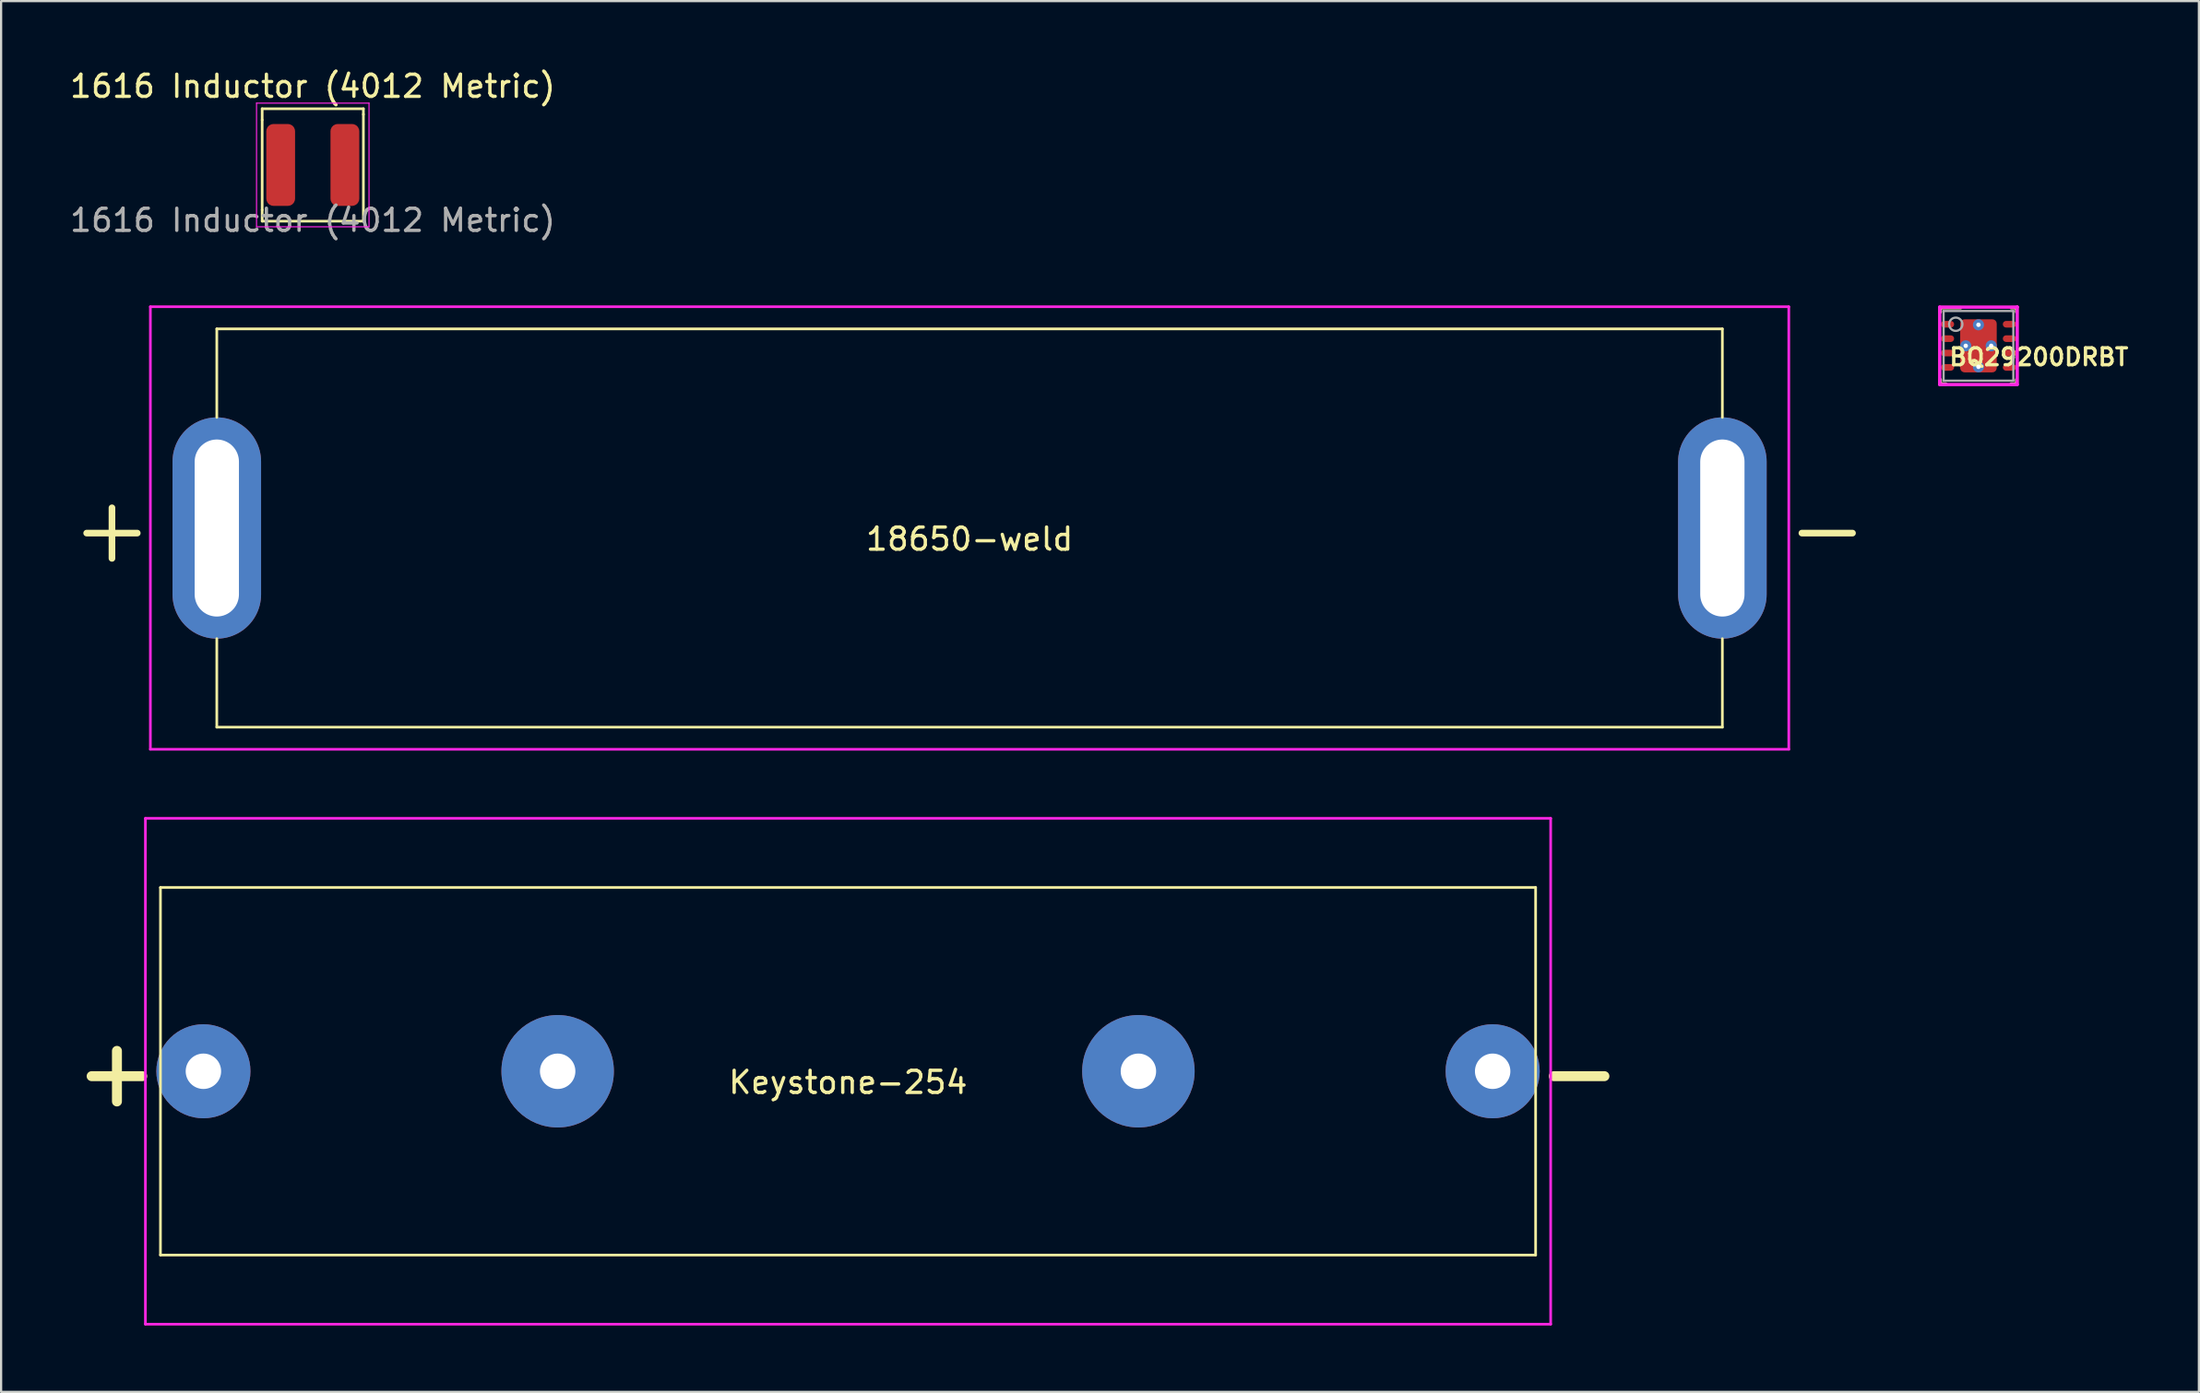
<source format=kicad_pcb>
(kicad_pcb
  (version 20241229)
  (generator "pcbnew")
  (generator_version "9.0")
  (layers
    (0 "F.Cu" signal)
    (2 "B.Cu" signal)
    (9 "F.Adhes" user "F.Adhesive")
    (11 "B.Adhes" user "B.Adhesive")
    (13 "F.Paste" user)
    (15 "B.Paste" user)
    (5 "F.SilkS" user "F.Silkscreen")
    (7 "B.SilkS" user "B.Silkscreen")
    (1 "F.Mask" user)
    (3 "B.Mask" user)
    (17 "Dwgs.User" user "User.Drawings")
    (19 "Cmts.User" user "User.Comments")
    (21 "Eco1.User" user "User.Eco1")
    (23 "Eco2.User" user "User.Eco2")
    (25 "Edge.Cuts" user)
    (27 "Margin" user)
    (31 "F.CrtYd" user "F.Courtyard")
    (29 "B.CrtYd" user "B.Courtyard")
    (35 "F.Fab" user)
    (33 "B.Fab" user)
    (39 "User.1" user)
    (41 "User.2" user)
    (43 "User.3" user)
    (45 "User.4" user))
  (footprint "Keystone-254"
    (layer "F.Cu")
    (at 35.252 45.362)
    (property "Reference" "Keystone-254" (at 0 0.5 0) (layer "F.SilkS") (effects (font (size 1 1) (thickness 0.15))))
    (attr through_hole)
    (fp_line (start -31.055 -8.305) (end -31.055 8.305) (stroke (width 0.12) (type solid)) (layer "F.SilkS"))
    (fp_line (start -31.055 -8.305) (end 31.055 -8.305) (stroke (width 0.12) (type solid)) (layer "F.SilkS"))
    (fp_line (start 31.055 -8.305) (end 31.055 8.305) (stroke (width 0.12) (type solid)) (layer "F.SilkS"))
    (fp_line (start 31.055 8.305) (end -31.055 8.305) (stroke (width 0.12) (type solid)) (layer "F.SilkS"))
    (fp_line (start -31.735 -11.43) (end -31.735 11.43) (stroke (width 0.12) (type solid)) (layer "F.CrtYd"))
    (fp_line (start -31.735 11.43) (end 31.735 11.43) (stroke (width 0.12) (type solid)) (layer "F.CrtYd"))
    (fp_line (start 31.735 -11.43) (end -31.735 -11.43) (stroke (width 0.12) (type solid)) (layer "F.CrtYd"))
    (fp_line (start 31.735 -11.43) (end 31.735 11.43) (stroke (width 0.12) (type solid)) (layer "F.CrtYd"))
    (fp_text user "-" (at 33.02 0 0) (layer "F.SilkS") (effects (font (size 3 3) (thickness 0.45))))
    (fp_text user "+" (at -33.02 0 0) (layer "F.SilkS") (effects (font (size 3 3) (thickness 0.45))))
    (pad "1" thru_hole circle (at -29.115 0) (size 4.25 4.25) (drill 1.6) (layers "*.Cu" "*.Mask"))
    (pad "1" thru_hole circle (at -13.115 0) (size 5.08 5.08) (drill 1.6) (layers "*.Cu" "*.Mask"))
    (pad "2" thru_hole circle (at 13.115 0) (size 5.08 5.08) (drill 1.6) (layers "*.Cu" "*.Mask"))
    (pad "2" thru_hole circle (at 29.115 0) (size 4.25 4.25) (drill 1.6) (layers "*.Cu" "*.Mask")))
  (footprint "BQ29200DRBT"
    (layer "F.Cu")
    (at 86.309 12.578)
    (property "Reference" "BQ29200DRBT" (at -1.397 0.508 0) (layer "F.SilkS") (effects (font (size 0.762 0.762) (thickness 0.15)) (justify left)))
    (attr through_hole)
    (fp_line (start -1.725 1.725) (end -1.725 1.525) (stroke (width 0.15) (type solid)) (layer "F.SilkS"))
    (fp_line (start -1.725 -1.725) (end -0.8 -1.725) (stroke (width 0.15) (type solid)) (layer "F.SilkS"))
    (fp_line (start -1.725 -1.525) (end -1.725 -1.725) (stroke (width 0.15) (type solid)) (layer "F.SilkS"))
    (fp_line (start -1.725 1.725) (end -1.475 1.725) (stroke (width 0.15) (type solid)) (layer "F.SilkS"))
    (fp_line (start 1.475 -1.725) (end 1.725 -1.725) (stroke (width 0.15) (type solid)) (layer "F.SilkS"))
    (fp_line (start 1.475 1.725) (end 1.725 1.725) (stroke (width 0.15) (type solid)) (layer "F.SilkS"))
    (fp_line (start 1.725 -1.525) (end 1.725 -1.725) (stroke (width 0.15) (type solid)) (layer "F.SilkS"))
    (fp_line (start 1.725 1.725) (end 1.725 1.525) (stroke (width 0.15) (type solid)) (layer "F.SilkS"))
    (fp_poly (pts (xy -0.751 -1.143) (xy 0.752 -1.143) (xy 0.752 -0.1) (xy -0.751 -0.1)) (stroke (width 0) (type solid)) (fill yes) (layer "F.Paste"))
    (fp_poly (pts (xy -0.751 0.1) (xy 0.752 0.1) (xy 0.752 1.143) (xy -0.751 1.143)) (stroke (width 0) (type solid)) (fill yes) (layer "F.Paste"))
    (fp_poly (pts (xy 0.225 0.501) (xy 0.225 -0.501) (xy 0.225 -0.509) (xy 0.224 -0.516) (xy 0.222 -0.524) (xy 0.22 -0.532) (xy 0.217 -0.539) (xy 0.214 -0.546) (xy 0.21 -0.553) (xy 0.206 -0.559) (xy 0.201 -0.565) (xy 0.196 -0.571) (xy 0.19 -0.576) (xy 0.184 -0.581) (xy 0.178 -0.585) (xy 0.171 -0.589) (xy 0.164 -0.592) (xy 0.157 -0.595) (xy 0.149 -0.597) (xy 0.141 -0.599) (xy 0.134 -0.6) (xy 0.126 -0.6) (xy -0.126 -0.6) (xy -0.134 -0.6) (xy -0.141 -0.599) (xy -0.149 -0.597) (xy -0.157 -0.595) (xy -0.164 -0.592) (xy -0.171 -0.589) (xy -0.178 -0.585) (xy -0.184 -0.581) (xy -0.19 -0.576) (xy -0.196 -0.571) (xy -0.201 -0.565) (xy -0.206 -0.559) (xy -0.21 -0.553) (xy -0.214 -0.546) (xy -0.217 -0.539) (xy -0.22 -0.532) (xy -0.222 -0.524) (xy -0.224 -0.516) (xy -0.225 -0.509) (xy -0.225 -0.501) (xy -0.225 0.501) (xy -0.225 0.509) (xy -0.224 0.516) (xy -0.222 0.524) (xy -0.22 0.532) (xy -0.217 0.539) (xy -0.214 0.546) (xy -0.21 0.553) (xy -0.206 0.559) (xy -0.201 0.565) (xy -0.196 0.571) (xy -0.19 0.576) (xy -0.184 0.581) (xy -0.178 0.585) (xy -0.171 0.589) (xy -0.164 0.592) (xy -0.157 0.595) (xy -0.149 0.597) (xy -0.141 0.599) (xy -0.134 0.6) (xy -0.126 0.6) (xy 0.126 0.6) (xy 0.134 0.6) (xy 0.141 0.599) (xy 0.149 0.597) (xy 0.157 0.595) (xy 0.164 0.593) (xy 0.171 0.589) (xy 0.178 0.586) (xy 0.184 0.581) (xy 0.19 0.576) (xy 0.196 0.571) (xy 0.201 0.566) (xy 0.206 0.559) (xy 0.21 0.553) (xy 0.214 0.546) (xy 0.217 0.539) (xy 0.22 0.532) (xy 0.222 0.525) (xy 0.224 0.517) (xy 0.225 0.509) (xy 0.225 0.501)) (stroke (width 0) (type solid)) (fill yes) (layer "F.Paste"))
    (fp_line (start -1.75 -1.75) (end -1.75 1.75) (stroke (width 0.15) (type solid)) (layer "F.CrtYd"))
    (fp_line (start -1.75 1.75) (end 1.75 1.75) (stroke (width 0.15) (type solid)) (layer "F.CrtYd"))
    (fp_line (start 1.75 -1.75) (end -1.75 -1.75) (stroke (width 0.15) (type solid)) (layer "F.CrtYd"))
    (fp_line (start 1.75 -1.75) (end 1.75 -1.75) (stroke (width 0.15) (type solid)) (layer "F.CrtYd"))
    (fp_line (start 1.75 1.75) (end 1.75 -1.75) (stroke (width 0.15) (type solid)) (layer "F.CrtYd"))
    (fp_line (start -1.575 -1.575) (end 1.575 -1.575) (stroke (width 0.1) (type solid)) (layer "F.Fab"))
    (fp_line (start -1.575 1.575) (end -1.575 -1.575) (stroke (width 0.1) (type solid)) (layer "F.Fab"))
    (fp_line (start -1.575 1.575) (end 1.575 1.575) (stroke (width 0.1) (type solid)) (layer "F.Fab"))
    (fp_line (start 1.575 1.575) (end 1.575 -1.575) (stroke (width 0.1) (type solid)) (layer "F.Fab"))
    (fp_circle (center -1.025 -0.975) (end -0.725 -0.975) (stroke (width 0.1) (type solid)) (fill no) (layer "F.Fab"))
    (pad "1" smd roundrect (at -1.4 -0.975 270) (size 0.3 0.6) (layers "F.Cu" "F.Mask" "F.Paste") (roundrect_rratio 0.5))
    (pad "2" smd roundrect (at -1.4 -0.325 270) (size 0.3 0.6) (layers "F.Cu" "F.Mask" "F.Paste") (roundrect_rratio 0.5))
    (pad "3" smd roundrect (at -1.4 0.325 270) (size 0.3 0.6) (layers "F.Cu" "F.Mask" "F.Paste") (roundrect_rratio 0.5))
    (pad "4" smd roundrect (at -1.4 0.975 270) (size 0.3 0.6) (layers "F.Cu" "F.Mask" "F.Paste") (roundrect_rratio 0.5))
    (pad "5" smd roundrect (at 1.4 0.975 270) (size 0.3 0.6) (layers "F.Cu" "F.Mask" "F.Paste") (roundrect_rratio 0.5))
    (pad "6" smd roundrect (at 1.4 0.325 270) (size 0.3 0.6) (layers "F.Cu" "F.Mask" "F.Paste") (roundrect_rratio 0.5))
    (pad "7" smd roundrect (at 1.4 -0.325 270) (size 0.3 0.6) (layers "F.Cu" "F.Mask" "F.Paste") (roundrect_rratio 0.5))
    (pad "8" smd roundrect (at 1.4 -0.975 270) (size 0.3 0.6) (layers "F.Cu" "F.Mask" "F.Paste") (roundrect_rratio 0.5))
    (pad "9" smd roundrect (at 0.000006 0) (size 1.65 2.4) (layers "F.Cu" "F.Mask") (roundrect_rratio 0.12))
    (pad "~" thru_hole circle (at -0.575 0) (size 0.5 0.5) (drill 0.2) (layers "*.Cu"))
    (pad "~" thru_hole circle (at 0.000003 -0.95) (size 0.5 0.5) (drill 0.2) (layers "*.Cu"))
    (pad "~" thru_hole circle (at 0.000003 0.95) (size 0.5 0.5) (drill 0.2) (layers "*.Cu"))
    (pad "~" thru_hole circle (at 0.575 0) (size 0.5 0.5) (drill 0.2) (layers "*.Cu")))
  (footprint "1616 Inductor (4012 Metric)"
    (layer "F.Cu")
    (at 11.077 4.404)
    (property "Reference" "1616 Inductor (4012 Metric)" (at 0 -3.556 0) (unlocked yes) (layer "F.SilkS") (effects (font (size 1 1) (thickness 0.15))))
    (attr smd)
    (fp_line (start -2.286 -2.54) (end -2.286 -2.032) (stroke (width 0.12) (type solid)) (layer "F.SilkS"))
    (fp_line (start -2.286 -2.032) (end -2.286 2.032) (stroke (width 0.12) (type solid)) (layer "F.SilkS"))
    (fp_line (start -2.286 2.032) (end -2.286 2.54) (stroke (width 0.12) (type solid)) (layer "F.SilkS"))
    (fp_line (start -2.286 2.54) (end 2.286 2.54) (stroke (width 0.12) (type solid)) (layer "F.SilkS"))
    (fp_line (start 2.286 -2.54) (end -2.286 -2.54) (stroke (width 0.12) (type solid)) (layer "F.SilkS"))
    (fp_line (start 2.286 -2.286) (end 2.286 -2.54) (stroke (width 0.12) (type solid)) (layer "F.SilkS"))
    (fp_line (start 2.286 2.54) (end 2.286 -2.286) (stroke (width 0.12) (type solid)) (layer "F.SilkS"))
    (fp_line (start -2.54 -2.794) (end -2.54 2.794) (stroke (width 0.05) (type solid)) (layer "F.CrtYd"))
    (fp_line (start -2.54 2.794) (end 2.54 2.794) (stroke (width 0.05) (type solid)) (layer "F.CrtYd"))
    (fp_line (start 2.54 -2.794) (end -2.54 -2.794) (stroke (width 0.05) (type solid)) (layer "F.CrtYd"))
    (fp_line (start 2.54 2.794) (end 2.54 -2.794) (stroke (width 0.05) (type solid)) (layer "F.CrtYd"))
    (fp_text user "${REFERENCE}" (at 0 2.5 0) (unlocked yes) (layer "F.Fab") (effects (font (size 1 1) (thickness 0.15))))
    (pad "1" smd roundrect (at -1.45 0) (size 1.3 3.7) (layers "F.Cu" "F.Mask" "F.Paste") (roundrect_rratio 0.25))
    (pad "2" smd roundrect (at 1.45 0) (size 1.3 3.7) (layers "F.Cu" "F.Mask" "F.Paste") (roundrect_rratio 0.25)))
  (footprint "18650-weld"
    (layer "F.Cu")
    (at 40.742 20.812)
    (property "Reference" "18650-weld" (at 0 0.5 0) (layer "F.SilkS") (effects (font (size 1 1) (thickness 0.15))))
    (attr through_hole)
    (fp_line (start -34 -9) (end -34 -5) (stroke (width 0.12) (type solid)) (layer "F.SilkS"))
    (fp_line (start -34 -9) (end 34 -9) (stroke (width 0.12) (type solid)) (layer "F.SilkS"))
    (fp_line (start -34 9) (end -34 5) (stroke (width 0.12) (type solid)) (layer "F.SilkS"))
    (fp_line (start -34 9) (end 34 9) (stroke (width 0.12) (type solid)) (layer "F.SilkS"))
    (fp_line (start 34 -9) (end 34 -5) (stroke (width 0.12) (type solid)) (layer "F.SilkS"))
    (fp_line (start 34 9) (end 34 5) (stroke (width 0.12) (type solid)) (layer "F.SilkS"))
    (fp_line (start -37 -10) (end -37 10) (stroke (width 0.12) (type solid)) (layer "F.CrtYd"))
    (fp_line (start -37 -10) (end 37 -10) (stroke (width 0.12) (type solid)) (layer "F.CrtYd"))
    (fp_line (start -37 10) (end 37 10) (stroke (width 0.12) (type solid)) (layer "F.CrtYd"))
    (fp_line (start 37 -10) (end 37 10) (stroke (width 0.12) (type solid)) (layer "F.CrtYd"))
    (fp_text user "-" (at 38.735 0 0) (layer "F.SilkS") (effects (font (size 3 3) (thickness 0.3))))
    (fp_text user "+" (at -38.735 0 0) (layer "F.SilkS") (effects (font (size 3 3) (thickness 0.3))))
    (pad "1" thru_hole oval (at -34 0) (size 4 10) (drill oval 2 8) (layers "*.Cu" "*.Mask"))
    (pad "2" thru_hole oval (at 34 0) (size 4 10) (drill oval 2 8) (layers "*.Cu" "*.Mask")))
  (gr_rect
    (start -3 -3)
    (end 96.265 59.852)
    (stroke (width 0.1) (type default))
    (fill no)
    (layer "Edge.Cuts")))
</source>
